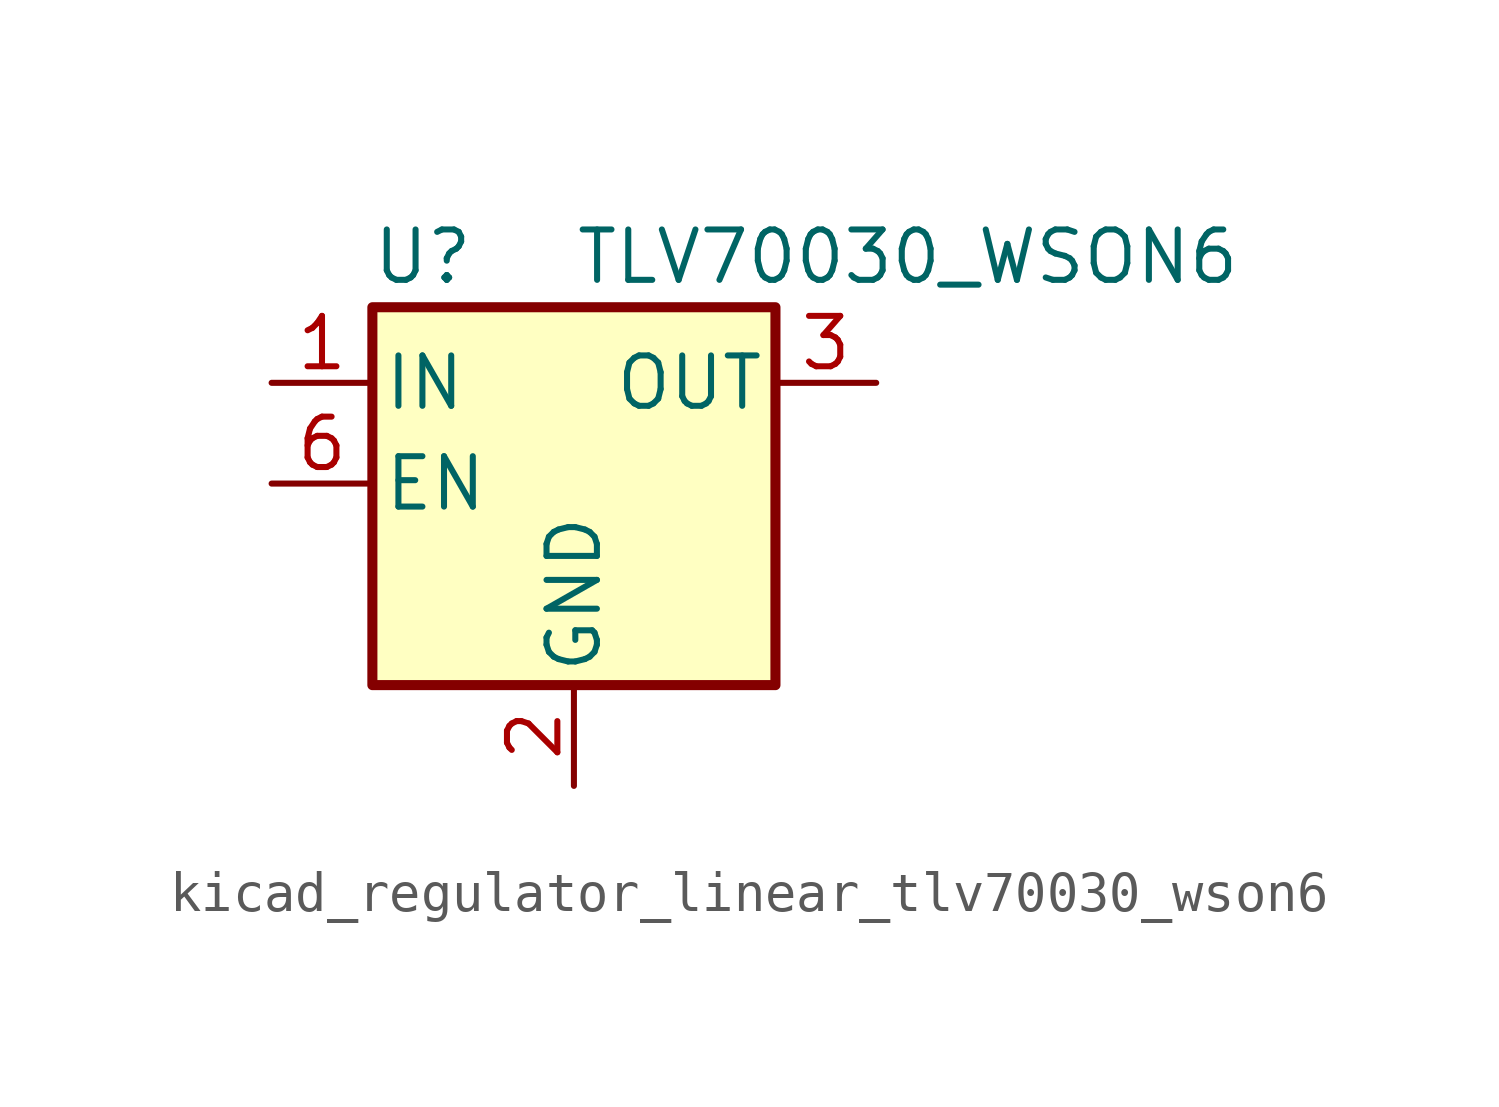
<source format=kicad_sym>
(kicad_symbol_lib
  (version 20220914)
  (generator kicad_symbol_editor)
  (symbol "kicad_regulator_linear_tlv70030_wson6"
    (pin_names
      (offset 0.254))
    (property "Reference" "U"
      (at -3.81 5.715 0)
      (effects (font (size 1.27 1.27))))
    (property "Value" "TLV70030_WSON6"
      (at 0 5.715 0)
      (effects (font (size 1.27 1.27)) (justify left)))
    (symbol "kicad_regulator_linear_tlv70030_wson6_0_1"
      (rectangle (start -5.08 4.445) (end 5.08 -5.08) (stroke (width 0.254) (type default)) (fill (type background))))
    (symbol "kicad_regulator_linear_tlv70030_wson6_1_1"
      (pin power_in line (at -7.62 2.54 0) (length 2.54) (name "IN" (effects (font (size 1.27 1.27)))) (number "1" (effects (font (size 1.27 1.27)))))
      (pin power_in line (at 0 -7.62 90) (length 2.54) (name "GND" (effects (font (size 1.27 1.27)))) (number "2" (effects (font (size 1.27 1.27)))))
      (pin power_out line (at 7.62 2.54 180) (length 2.54) (name "OUT" (effects (font (size 1.27 1.27)))) (number "3" (effects (font (size 1.27 1.27)))))
      (pin no_connect line (at 7.62 0 180) (length 2.54) hide (name "NC" (effects (font (size 1.27 1.27)))) (number "4" (effects (font (size 1.27 1.27)))))
      (pin no_connect line (at -2.54 -5.08 90) (length 2.54) hide (name "NC" (effects (font (size 1.27 1.27)))) (number "5" (effects (font (size 1.27 1.27)))))
      (pin input line (at -7.62 0 0) (length 2.54) (name "EN" (effects (font (size 1.27 1.27)))) (number "6" (effects (font (size 1.27 1.27))))))))
</source>
